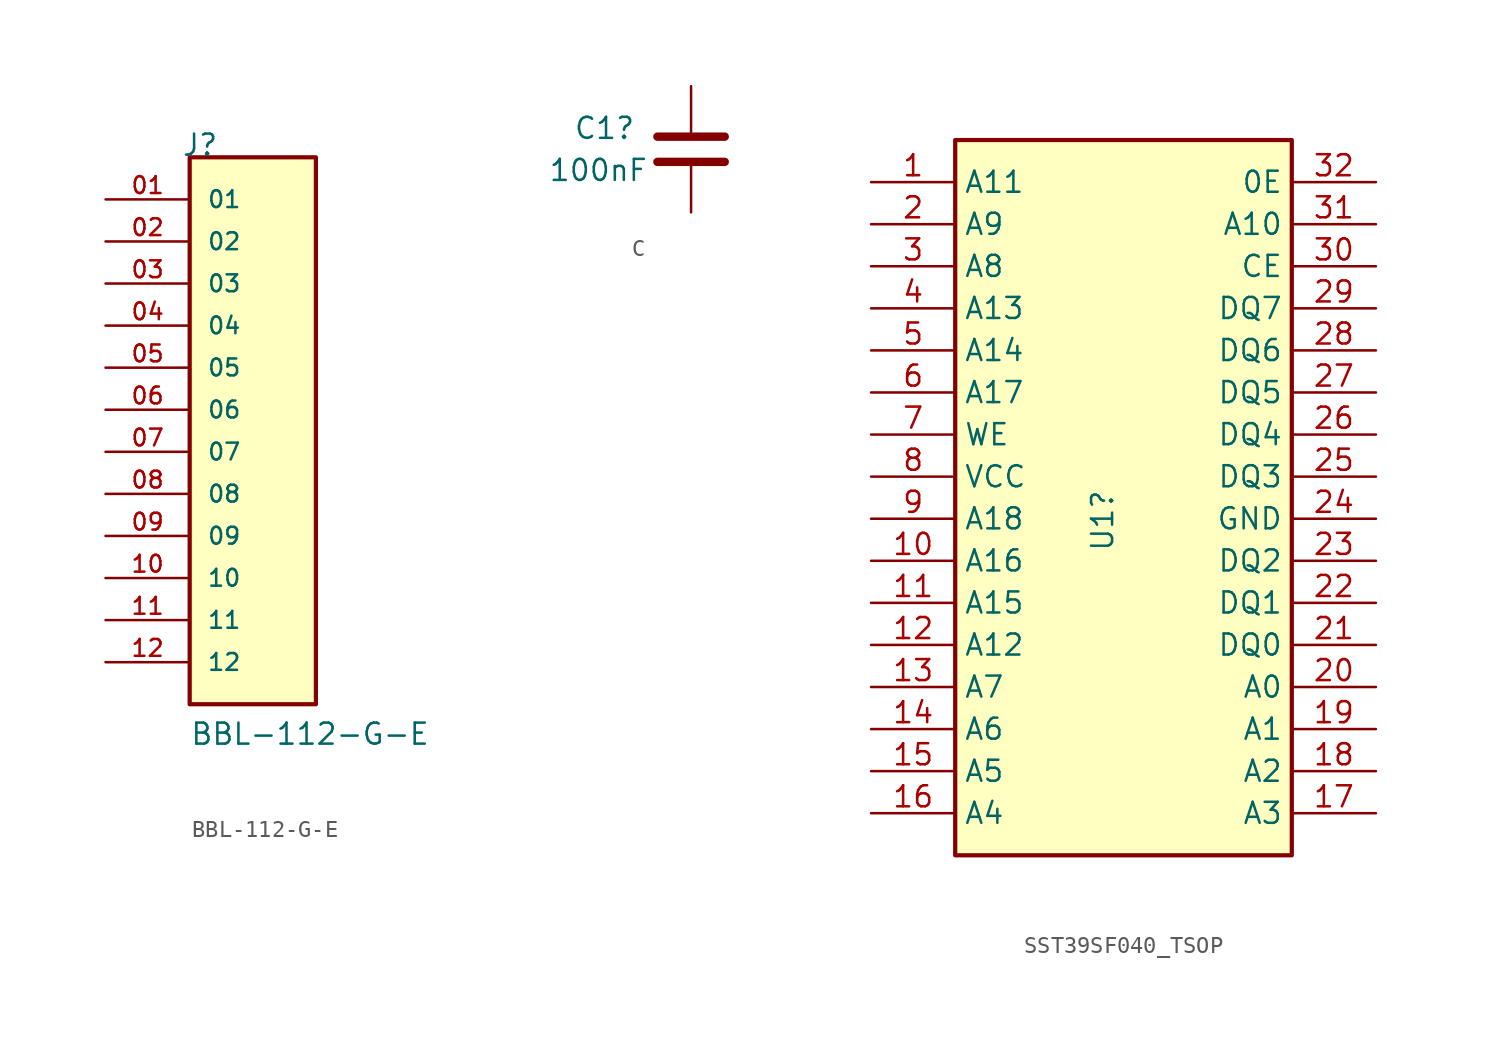
<source format=kicad_sym>
(kicad_symbol_lib
  (version 20241209)
  (generator "kicad_symbol_editor")
  (generator_version "9.0")
  (symbol "BBL-112-G-E"
    (pin_names
      (offset 1.016))
    (property "Reference" "J"
      (at -8.12 17.78 0)
      (effects (font (size 1.27 1.27)) (justify left bottom)))
    (property "Value" "BBL-112-G-E"
      (at -7.62 -17.78 0)
      (effects (font (size 1.27 1.27)) (justify left bottom)))
    (symbol "BBL-112-G-E_0_0"
      (rectangle (start -7.62 -15.24) (end 0 17.78) (stroke (width 0.254) (type default)) (fill (type background)))
      (pin passive line (at -12.7 15.24 0) (length 5.08) (name "01" (effects (font (size 1.016 1.016)))) (number "01" (effects (font (size 1.016 1.016)))))
      (pin passive line (at -12.7 12.7 0) (length 5.08) (name "02" (effects (font (size 1.016 1.016)))) (number "02" (effects (font (size 1.016 1.016)))))
      (pin passive line (at -12.7 10.16 0) (length 5.08) (name "03" (effects (font (size 1.016 1.016)))) (number "03" (effects (font (size 1.016 1.016)))))
      (pin passive line (at -12.7 7.62 0) (length 5.08) (name "04" (effects (font (size 1.016 1.016)))) (number "04" (effects (font (size 1.016 1.016)))))
      (pin passive line (at -12.7 5.08 0) (length 5.08) (name "05" (effects (font (size 1.016 1.016)))) (number "05" (effects (font (size 1.016 1.016)))))
      (pin passive line (at -12.7 2.54 0) (length 5.08) (name "06" (effects (font (size 1.016 1.016)))) (number "06" (effects (font (size 1.016 1.016)))))
      (pin passive line (at -12.7 0 0) (length 5.08) (name "07" (effects (font (size 1.016 1.016)))) (number "07" (effects (font (size 1.016 1.016)))))
      (pin passive line (at -12.7 -2.54 0) (length 5.08) (name "08" (effects (font (size 1.016 1.016)))) (number "08" (effects (font (size 1.016 1.016)))))
      (pin passive line (at -12.7 -5.08 0) (length 5.08) (name "09" (effects (font (size 1.016 1.016)))) (number "09" (effects (font (size 1.016 1.016)))))
      (pin passive line (at -12.7 -7.62 0) (length 5.08) (name "10" (effects (font (size 1.016 1.016)))) (number "10" (effects (font (size 1.016 1.016)))))
      (pin passive line (at -12.7 -10.16 0) (length 5.08) (name "11" (effects (font (size 1.016 1.016)))) (number "11" (effects (font (size 1.016 1.016)))))
      (pin passive line (at -12.7 -12.7 0) (length 5.08) (name "12" (effects (font (size 1.016 1.016)))) (number "12" (effects (font (size 1.016 1.016)))))))
  (symbol "C"
    (pin_numbers
      (hide yes))
    (pin_names
      (offset 0.254))
    (property "Reference" "C1"
      (at -7.112 1.27 0)
      (effects (font (size 1.27 1.27)) (justify left)))
    (property "Value" "100nF"
      (at -8.636 -1.27 0)
      (effects (font (size 1.27 1.27)) (justify left)))
    (property "Description" ""
      (at 0 0 0)
      (effects (font (size 1.27 1.27))))
    (symbol "C_0_1"
      (polyline (pts (xy -2.032 0.762) (xy 2.032 0.762)) (stroke (width 0.508) (type default)) (fill (type none)))
      (polyline (pts (xy -2.032 -0.762) (xy 2.032 -0.762)) (stroke (width 0.508) (type default)) (fill (type none))))
    (symbol "C_1_1"
      (pin passive line (at 0 3.81 270) (length 2.794) (name "~" (effects (font (size 1.27 1.27)))) (number "1" (effects (font (size 1.27 1.27)))))
      (pin passive line (at 0 -3.81 90) (length 2.794) (name "~" (effects (font (size 1.27 1.27)))) (number "2" (effects (font (size 1.27 1.27)))))))
  (symbol "SST39SF040_TSOP"
    (property "Reference" "U1"
      (at -1.27 8.128 90)
      (effects (font (size 1.27 1.27)) (justify left)))
    (property "Description" ""
      (at 0 0 0)
      (effects (font (size 1.27 1.27))))
    (symbol "SST39SF040_TSOP_0_1"
      (rectangle (start -10.16 33.02) (end 10.16 -10.16) (stroke (width 0.254) (type default)) (fill (type background))))
    (symbol "SST39SF040_TSOP_1_0"
      (pin input line (at -15.24 -7.62 0) (length 5.08) (name "A4" (effects (font (size 1.27 1.27)))) (number "16" (effects (font (size 1.27 1.27)))))
      (pin input line (at 15.24 30.48 180) (length 5.08) (name "0E" (effects (font (size 1.27 1.27)))) (number "32" (effects (font (size 1.27 1.27))))))
    (symbol "SST39SF040_TSOP_1_1"
      (pin input line (at -15.24 30.48 0) (length 5.08) (name "A11" (effects (font (size 1.27 1.27)))) (number "1" (effects (font (size 1.27 1.27)))))
      (pin input line (at -15.24 27.94 0) (length 5.08) (name "A9" (effects (font (size 1.27 1.27)))) (number "2" (effects (font (size 1.27 1.27)))))
      (pin input line (at -15.24 25.4 0) (length 5.08) (name "A8" (effects (font (size 1.27 1.27)))) (number "3" (effects (font (size 1.27 1.27)))))
      (pin input line (at -15.24 22.86 0) (length 5.08) (name "A13" (effects (font (size 1.27 1.27)))) (number "4" (effects (font (size 1.27 1.27)))))
      (pin input line (at -15.24 20.32 0) (length 5.08) (name "A14" (effects (font (size 1.27 1.27)))) (number "5" (effects (font (size 1.27 1.27)))))
      (pin input line (at -15.24 17.78 0) (length 5.08) (name "A17" (effects (font (size 1.27 1.27)))) (number "6" (effects (font (size 1.27 1.27)))))
      (pin input line (at -15.24 15.24 0) (length 5.08) (name "WE" (effects (font (size 1.27 1.27)))) (number "7" (effects (font (size 1.27 1.27)))))
      (pin power_in line (at -15.24 12.7 0) (length 5.08) (name "VCC" (effects (font (size 1.27 1.27)))) (number "8" (effects (font (size 1.27 1.27)))))
      (pin input line (at -15.24 10.16 0) (length 5.08) (name "A18" (effects (font (size 1.27 1.27)))) (number "9" (effects (font (size 1.27 1.27)))))
      (pin input line (at -15.24 7.62 0) (length 5.08) (name "A16" (effects (font (size 1.27 1.27)))) (number "10" (effects (font (size 1.27 1.27)))))
      (pin input line (at -15.24 5.08 0) (length 5.08) (name "A15" (effects (font (size 1.27 1.27)))) (number "11" (effects (font (size 1.27 1.27)))))
      (pin input line (at -15.24 2.54 0) (length 5.08) (name "A12" (effects (font (size 1.27 1.27)))) (number "12" (effects (font (size 1.27 1.27)))))
      (pin input line (at -15.24 0 0) (length 5.08) (name "A7" (effects (font (size 1.27 1.27)))) (number "13" (effects (font (size 1.27 1.27)))))
      (pin input line (at -15.24 -2.54 0) (length 5.08) (name "A6" (effects (font (size 1.27 1.27)))) (number "14" (effects (font (size 1.27 1.27)))))
      (pin input line (at -15.24 -5.08 0) (length 5.08) (name "A5" (effects (font (size 1.27 1.27)))) (number "15" (effects (font (size 1.27 1.27)))))
      (pin input line (at 15.24 27.94 180) (length 5.08) (name "A10" (effects (font (size 1.27 1.27)))) (number "31" (effects (font (size 1.27 1.27)))))
      (pin input line (at 15.24 25.4 180) (length 5.08) (name "CE" (effects (font (size 1.27 1.27)))) (number "30" (effects (font (size 1.27 1.27)))))
      (pin tri_state line (at 15.24 22.86 180) (length 5.08) (name "DQ7" (effects (font (size 1.27 1.27)))) (number "29" (effects (font (size 1.27 1.27)))))
      (pin tri_state line (at 15.24 20.32 180) (length 5.08) (name "DQ6" (effects (font (size 1.27 1.27)))) (number "28" (effects (font (size 1.27 1.27)))))
      (pin bidirectional line (at 15.24 17.78 180) (length 5.08) (name "DQ5" (effects (font (size 1.27 1.27)))) (number "27" (effects (font (size 1.27 1.27)))))
      (pin bidirectional line (at 15.24 15.24 180) (length 5.08) (name "DQ4" (effects (font (size 1.27 1.27)))) (number "26" (effects (font (size 1.27 1.27)))))
      (pin bidirectional line (at 15.24 12.7 180) (length 5.08) (name "DQ3" (effects (font (size 1.27 1.27)))) (number "25" (effects (font (size 1.27 1.27)))))
      (pin power_in line (at 15.24 10.16 180) (length 5.08) (name "GND" (effects (font (size 1.27 1.27)))) (number "24" (effects (font (size 1.27 1.27)))))
      (pin bidirectional line (at 15.24 7.62 180) (length 5.08) (name "DQ2" (effects (font (size 1.27 1.27)))) (number "23" (effects (font (size 1.27 1.27)))))
      (pin tri_state line (at 15.24 5.08 180) (length 5.08) (name "DQ1" (effects (font (size 1.27 1.27)))) (number "22" (effects (font (size 1.27 1.27)))))
      (pin tri_state line (at 15.24 2.54 180) (length 5.08) (name "DQ0" (effects (font (size 1.27 1.27)))) (number "21" (effects (font (size 1.27 1.27)))))
      (pin input line (at 15.24 0 180) (length 5.08) (name "A0" (effects (font (size 1.27 1.27)))) (number "20" (effects (font (size 1.27 1.27)))))
      (pin input line (at 15.24 -2.54 180) (length 5.08) (name "A1" (effects (font (size 1.27 1.27)))) (number "19" (effects (font (size 1.27 1.27)))))
      (pin input line (at 15.24 -5.08 180) (length 5.08) (name "A2" (effects (font (size 1.27 1.27)))) (number "18" (effects (font (size 1.27 1.27)))))
      (pin input line (at 15.24 -7.62 180) (length 5.08) (name "A3" (effects (font (size 1.27 1.27)))) (number "17" (effects (font (size 1.27 1.27))))))))
</source>
